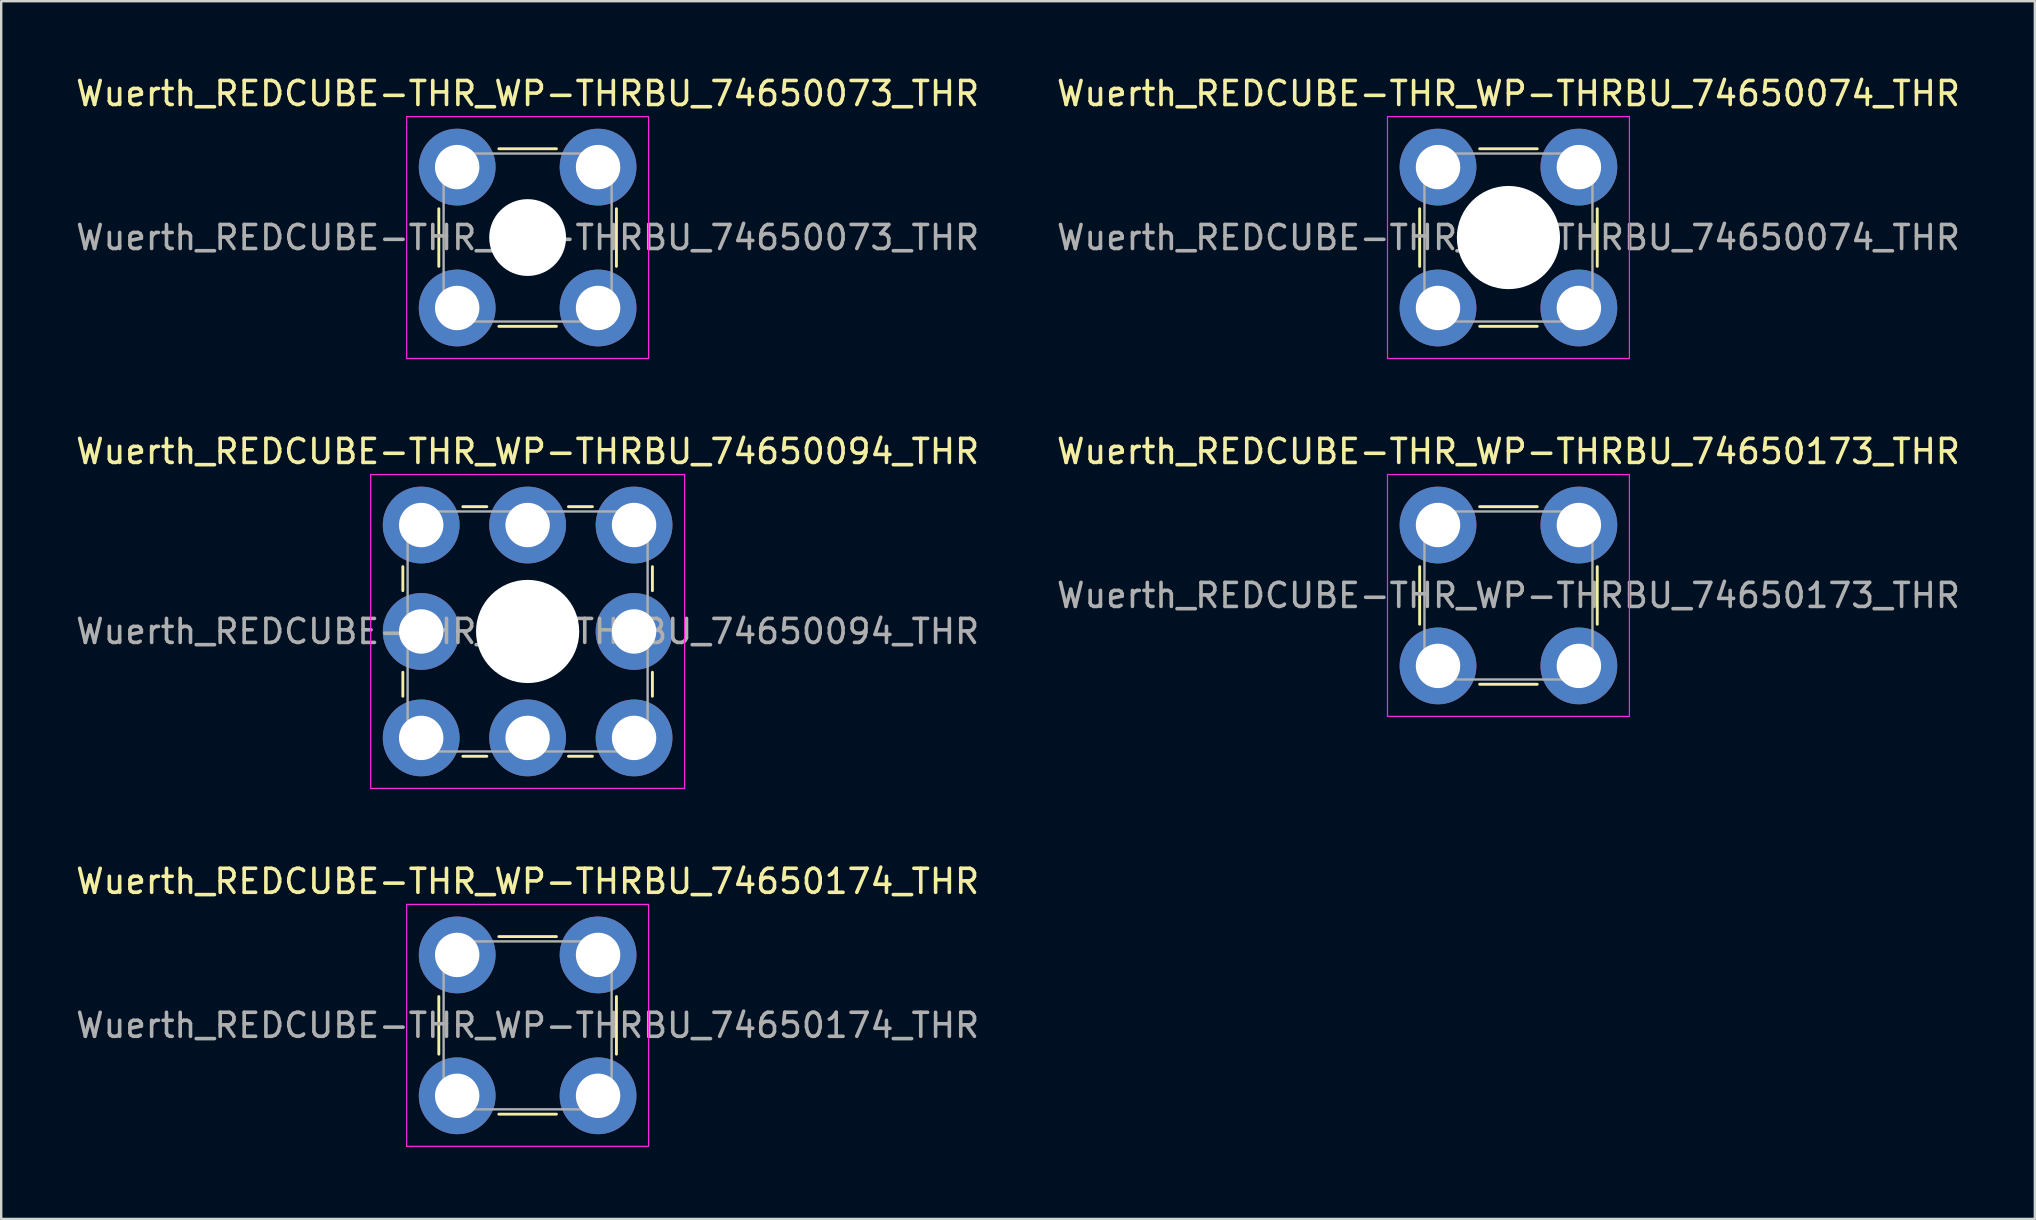
<source format=kicad_pcb>
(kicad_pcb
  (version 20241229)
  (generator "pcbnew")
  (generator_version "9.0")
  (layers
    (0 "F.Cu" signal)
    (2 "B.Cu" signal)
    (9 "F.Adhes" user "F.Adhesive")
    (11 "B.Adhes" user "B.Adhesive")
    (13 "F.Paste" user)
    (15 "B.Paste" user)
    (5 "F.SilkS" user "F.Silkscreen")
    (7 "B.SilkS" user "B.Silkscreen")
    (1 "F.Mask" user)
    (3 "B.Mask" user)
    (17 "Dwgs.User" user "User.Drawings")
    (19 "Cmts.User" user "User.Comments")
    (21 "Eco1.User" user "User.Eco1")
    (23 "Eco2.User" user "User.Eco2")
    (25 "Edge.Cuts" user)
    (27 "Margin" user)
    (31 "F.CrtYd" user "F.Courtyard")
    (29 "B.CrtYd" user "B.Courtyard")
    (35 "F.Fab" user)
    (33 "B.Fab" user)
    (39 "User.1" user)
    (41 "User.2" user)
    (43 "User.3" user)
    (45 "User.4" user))
  (footprint "Wuerth_REDCUBE-THR_WP-THRBU_74650094_THR"
    (layer "F.Cu")
    (at 18.935 23.262)
    (property "Reference" "Wuerth_REDCUBE-THR_WP-THRBU_74650094_THR" (at 0 -7.5 0) (layer "F.SilkS") (effects (font (size 1 1) (thickness 0.15))))
    (attr smd)
    (fp_line (start -5.2 -2.7) (end -5.2 -1.7) (stroke (width 0.12) (type solid)) (layer "F.SilkS"))
    (fp_line (start -5.2 1.7) (end -5.2 2.7) (stroke (width 0.12) (type solid)) (layer "F.SilkS"))
    (fp_line (start -2.7 -5.2) (end -1.7 -5.2) (stroke (width 0.12) (type solid)) (layer "F.SilkS"))
    (fp_line (start -2.7 5.2) (end -1.7 5.2) (stroke (width 0.12) (type solid)) (layer "F.SilkS"))
    (fp_line (start 1.7 -5.2) (end 2.7 -5.2) (stroke (width 0.12) (type solid)) (layer "F.SilkS"))
    (fp_line (start 1.7 5.2) (end 2.7 5.2) (stroke (width 0.12) (type solid)) (layer "F.SilkS"))
    (fp_line (start 5.2 -1.7) (end 5.2 -2.7) (stroke (width 0.12) (type solid)) (layer "F.SilkS"))
    (fp_line (start 5.2 2.7) (end 5.2 1.7) (stroke (width 0.12) (type solid)) (layer "F.SilkS"))
    (fp_line (start -6.54 -6.54) (end 6.54 -6.54) (stroke (width 0.05) (type solid)) (layer "F.CrtYd"))
    (fp_line (start -6.54 6.54) (end -6.54 -6.54) (stroke (width 0.05) (type solid)) (layer "F.CrtYd"))
    (fp_line (start 6.54 -6.54) (end 6.54 6.54) (stroke (width 0.05) (type solid)) (layer "F.CrtYd"))
    (fp_line (start 6.54 6.54) (end -6.54 6.54) (stroke (width 0.05) (type solid)) (layer "F.CrtYd"))
    (fp_line (start -5 -5) (end 5 -5) (stroke (width 0.1) (type solid)) (layer "F.Fab"))
    (fp_line (start -5 5) (end -5 -5) (stroke (width 0.1) (type solid)) (layer "F.Fab"))
    (fp_line (start 5 -5) (end 5 5) (stroke (width 0.1) (type solid)) (layer "F.Fab"))
    (fp_line (start 5 5) (end -5 5) (stroke (width 0.1) (type solid)) (layer "F.Fab"))
    (fp_text user "${REFERENCE}" (at 0 0 0) (layer "F.Fab") (effects (font (size 1 1) (thickness 0.15))))
    (pad "" smd circle (at -4.435 -4.435) (size 3.1 3.1) (layers "F.Paste"))
    (pad "" smd circle (at -4.435 0) (size 3.1 3.1) (layers "F.Paste"))
    (pad "" smd circle (at -4.435 4.435) (size 3.1 3.1) (layers "F.Paste"))
    (pad "" smd circle (at 0 -4.435) (size 3.1 3.1) (layers "F.Paste"))
    (pad "" np_thru_hole circle (at 0 0) (size 4.3 4.3) (drill 4.3) (layers "*.Cu" "*.Mask"))
    (pad "" smd circle (at 0 4.435) (size 3.1 3.1) (layers "F.Paste"))
    (pad "" smd circle (at 4.435 -4.435) (size 3.1 3.1) (layers "F.Paste"))
    (pad "" smd circle (at 4.435 0) (size 3.1 3.1) (layers "F.Paste"))
    (pad "" smd circle (at 4.435 4.435) (size 3.1 3.1) (layers "F.Paste"))
    (pad "1" thru_hole circle (at -4.435 -4.435) (size 3.2 3.2) (drill 1.85) (layers "*.Cu" "*.Mask"))
    (pad "1" thru_hole circle (at -4.435 0) (size 3.2 3.2) (drill 1.85) (layers "*.Cu" "*.Mask"))
    (pad "1" thru_hole circle (at -4.435 4.435) (size 3.2 3.2) (drill 1.85) (layers "*.Cu" "*.Mask"))
    (pad "1" thru_hole circle (at 0 -4.435) (size 3.2 3.2) (drill 1.85) (layers "*.Cu" "*.Mask"))
    (pad "1" thru_hole circle (at 0 4.435) (size 3.2 3.2) (drill 1.85) (layers "*.Cu" "*.Mask"))
    (pad "1" thru_hole circle (at 4.435 -4.435) (size 3.2 3.2) (drill 1.85) (layers "*.Cu" "*.Mask"))
    (pad "1" thru_hole circle (at 4.435 0) (size 3.2 3.2) (drill 1.85) (layers "*.Cu" "*.Mask"))
    (pad "1" thru_hole circle (at 4.435 4.435) (size 3.2 3.2) (drill 1.85) (layers "*.Cu" "*.Mask")))
  (footprint "Wuerth_REDCUBE-THR_WP-THRBU_74650074_THR"
    (layer "F.Cu")
    (at 59.804 6.848)
    (property "Reference" "Wuerth_REDCUBE-THR_WP-THRBU_74650074_THR" (at 0 -6 0) (layer "F.SilkS") (effects (font (size 1 1) (thickness 0.15))))
    (attr smd)
    (fp_line (start -3.7 1.2) (end -3.7 -1.2) (stroke (width 0.12) (type solid)) (layer "F.SilkS"))
    (fp_line (start -1.2 -3.7) (end 1.2 -3.7) (stroke (width 0.12) (type solid)) (layer "F.SilkS"))
    (fp_line (start 1.2 3.7) (end -1.2 3.7) (stroke (width 0.12) (type solid)) (layer "F.SilkS"))
    (fp_line (start 3.7 -1.2) (end 3.7 1.2) (stroke (width 0.12) (type solid)) (layer "F.SilkS"))
    (fp_line (start -5.04 -5.04) (end 5.04 -5.04) (stroke (width 0.05) (type solid)) (layer "F.CrtYd"))
    (fp_line (start -5.04 5.04) (end -5.04 -5.04) (stroke (width 0.05) (type solid)) (layer "F.CrtYd"))
    (fp_line (start 5.04 -5.04) (end 5.04 5.04) (stroke (width 0.05) (type solid)) (layer "F.CrtYd"))
    (fp_line (start 5.04 5.04) (end -5.04 5.04) (stroke (width 0.05) (type solid)) (layer "F.CrtYd"))
    (fp_line (start -3.5 -3.5) (end 3.5 -3.5) (stroke (width 0.1) (type solid)) (layer "F.Fab"))
    (fp_line (start -3.5 3.5) (end -3.5 -3.5) (stroke (width 0.1) (type solid)) (layer "F.Fab"))
    (fp_line (start 3.5 -3.5) (end 3.5 3.5) (stroke (width 0.1) (type solid)) (layer "F.Fab"))
    (fp_line (start 3.5 3.5) (end -3.5 3.5) (stroke (width 0.1) (type solid)) (layer "F.Fab"))
    (fp_text user "${REFERENCE}" (at 0 0 0) (layer "F.Fab") (effects (font (size 1 1) (thickness 0.15))))
    (pad "" smd circle (at -2.935 -2.935) (size 3.1 3.1) (layers "F.Paste"))
    (pad "" smd circle (at -2.935 2.935) (size 3.1 3.1) (layers "F.Paste"))
    (pad "" np_thru_hole circle (at 0 0) (size 4.3 4.3) (drill 4.3) (layers "*.Cu" "*.Mask"))
    (pad "" smd circle (at 2.935 -2.935) (size 3.1 3.1) (layers "F.Paste"))
    (pad "" smd circle (at 2.935 2.935) (size 3.1 3.1) (layers "F.Paste"))
    (pad "1" thru_hole circle (at -2.935 -2.935) (size 3.2 3.2) (drill 1.85) (layers "*.Cu" "*.Mask"))
    (pad "1" thru_hole circle (at -2.935 2.935) (size 3.2 3.2) (drill 1.85) (layers "*.Cu" "*.Mask"))
    (pad "1" thru_hole circle (at 2.935 -2.935) (size 3.2 3.2) (drill 1.85) (layers "*.Cu" "*.Mask"))
    (pad "1" thru_hole circle (at 2.935 2.935) (size 3.2 3.2) (drill 1.85) (layers "*.Cu" "*.Mask")))
  (footprint "Wuerth_REDCUBE-THR_WP-THRBU_74650073_THR"
    (layer "F.Cu")
    (at 18.935 6.848)
    (property "Reference" "Wuerth_REDCUBE-THR_WP-THRBU_74650073_THR" (at 0 -6 0) (layer "F.SilkS") (effects (font (size 1 1) (thickness 0.15))))
    (attr smd)
    (fp_line (start -3.7 1.2) (end -3.7 -1.2) (stroke (width 0.12) (type solid)) (layer "F.SilkS"))
    (fp_line (start -1.2 -3.7) (end 1.2 -3.7) (stroke (width 0.12) (type solid)) (layer "F.SilkS"))
    (fp_line (start 1.2 3.7) (end -1.2 3.7) (stroke (width 0.12) (type solid)) (layer "F.SilkS"))
    (fp_line (start 3.7 -1.2) (end 3.7 1.2) (stroke (width 0.12) (type solid)) (layer "F.SilkS"))
    (fp_line (start -5.04 -5.04) (end 5.04 -5.04) (stroke (width 0.05) (type solid)) (layer "F.CrtYd"))
    (fp_line (start -5.04 5.04) (end -5.04 -5.04) (stroke (width 0.05) (type solid)) (layer "F.CrtYd"))
    (fp_line (start 5.04 -5.04) (end 5.04 5.04) (stroke (width 0.05) (type solid)) (layer "F.CrtYd"))
    (fp_line (start 5.04 5.04) (end -5.04 5.04) (stroke (width 0.05) (type solid)) (layer "F.CrtYd"))
    (fp_line (start -3.5 -3.5) (end 3.5 -3.5) (stroke (width 0.1) (type solid)) (layer "F.Fab"))
    (fp_line (start -3.5 3.5) (end -3.5 -3.5) (stroke (width 0.1) (type solid)) (layer "F.Fab"))
    (fp_line (start 3.5 -3.5) (end 3.5 3.5) (stroke (width 0.1) (type solid)) (layer "F.Fab"))
    (fp_line (start 3.5 3.5) (end -3.5 3.5) (stroke (width 0.1) (type solid)) (layer "F.Fab"))
    (fp_text user "${REFERENCE}" (at 0 0 0) (layer "F.Fab") (effects (font (size 1 1) (thickness 0.15))))
    (pad "" smd circle (at -2.935 -2.935) (size 3.1 3.1) (layers "F.Paste"))
    (pad "" smd circle (at -2.935 2.935) (size 3.1 3.1) (layers "F.Paste"))
    (pad "" np_thru_hole circle (at 0 0) (size 3.2 3.2) (drill 3.2) (layers "*.Cu" "*.Mask"))
    (pad "" smd circle (at 2.935 -2.935) (size 3.1 3.1) (layers "F.Paste"))
    (pad "" smd circle (at 2.935 2.935) (size 3.1 3.1) (layers "F.Paste"))
    (pad "1" thru_hole circle (at -2.935 -2.935) (size 3.2 3.2) (drill 1.85) (layers "*.Cu" "*.Mask"))
    (pad "1" thru_hole circle (at -2.935 2.935) (size 3.2 3.2) (drill 1.85) (layers "*.Cu" "*.Mask"))
    (pad "1" thru_hole circle (at 2.935 -2.935) (size 3.2 3.2) (drill 1.85) (layers "*.Cu" "*.Mask"))
    (pad "1" thru_hole circle (at 2.935 2.935) (size 3.2 3.2) (drill 1.85) (layers "*.Cu" "*.Mask")))
  (footprint "Wuerth_REDCUBE-THR_WP-THRBU_74650173_THR"
    (layer "F.Cu")
    (at 59.804 21.762)
    (property "Reference" "Wuerth_REDCUBE-THR_WP-THRBU_74650173_THR" (at 0 -6 0) (layer "F.SilkS") (effects (font (size 1 1) (thickness 0.15))))
    (attr smd)
    (fp_line (start -3.7 1.2) (end -3.7 -1.2) (stroke (width 0.12) (type solid)) (layer "F.SilkS"))
    (fp_line (start -1.2 -3.7) (end 1.2 -3.7) (stroke (width 0.12) (type solid)) (layer "F.SilkS"))
    (fp_line (start 1.2 3.7) (end -1.2 3.7) (stroke (width 0.12) (type solid)) (layer "F.SilkS"))
    (fp_line (start 3.7 -1.2) (end 3.7 1.2) (stroke (width 0.12) (type solid)) (layer "F.SilkS"))
    (fp_line (start -5.04 -5.04) (end 5.04 -5.04) (stroke (width 0.05) (type solid)) (layer "F.CrtYd"))
    (fp_line (start -5.04 5.04) (end -5.04 -5.04) (stroke (width 0.05) (type solid)) (layer "F.CrtYd"))
    (fp_line (start 5.04 -5.04) (end 5.04 5.04) (stroke (width 0.05) (type solid)) (layer "F.CrtYd"))
    (fp_line (start 5.04 5.04) (end -5.04 5.04) (stroke (width 0.05) (type solid)) (layer "F.CrtYd"))
    (fp_line (start -3.5 -3.5) (end 3.5 -3.5) (stroke (width 0.1) (type solid)) (layer "F.Fab"))
    (fp_line (start -3.5 3.5) (end -3.5 -3.5) (stroke (width 0.1) (type solid)) (layer "F.Fab"))
    (fp_line (start 3.5 -3.5) (end 3.5 3.5) (stroke (width 0.1) (type solid)) (layer "F.Fab"))
    (fp_line (start 3.5 3.5) (end -3.5 3.5) (stroke (width 0.1) (type solid)) (layer "F.Fab"))
    (fp_text user "${REFERENCE}" (at 0 0 0) (layer "F.Fab") (effects (font (size 1 1) (thickness 0.15))))
    (pad "" smd circle (at -2.935 -2.935) (size 3.1 3.1) (layers "F.Paste"))
    (pad "" smd circle (at -2.935 2.935) (size 3.1 3.1) (layers "F.Paste"))
    (pad "" smd circle (at 2.935 -2.935) (size 3.1 3.1) (layers "F.Paste"))
    (pad "" smd circle (at 2.935 2.935) (size 3.1 3.1) (layers "F.Paste"))
    (pad "1" thru_hole circle (at -2.935 -2.935) (size 3.2 3.2) (drill 1.85) (layers "*.Cu" "*.Mask"))
    (pad "1" thru_hole circle (at -2.935 2.935) (size 3.2 3.2) (drill 1.85) (layers "*.Cu" "*.Mask"))
    (pad "1" thru_hole circle (at 2.935 -2.935) (size 3.2 3.2) (drill 1.85) (layers "*.Cu" "*.Mask"))
    (pad "1" thru_hole circle (at 2.935 2.935) (size 3.2 3.2) (drill 1.85) (layers "*.Cu" "*.Mask")))
  (footprint "Wuerth_REDCUBE-THR_WP-THRBU_74650174_THR"
    (layer "F.Cu")
    (at 18.935 39.675)
    (property "Reference" "Wuerth_REDCUBE-THR_WP-THRBU_74650174_THR" (at 0 -6 0) (layer "F.SilkS") (effects (font (size 1 1) (thickness 0.15))))
    (attr smd)
    (fp_line (start -3.7 1.2) (end -3.7 -1.2) (stroke (width 0.12) (type solid)) (layer "F.SilkS"))
    (fp_line (start -1.2 -3.7) (end 1.2 -3.7) (stroke (width 0.12) (type solid)) (layer "F.SilkS"))
    (fp_line (start 1.2 3.7) (end -1.2 3.7) (stroke (width 0.12) (type solid)) (layer "F.SilkS"))
    (fp_line (start 3.7 -1.2) (end 3.7 1.2) (stroke (width 0.12) (type solid)) (layer "F.SilkS"))
    (fp_line (start -5.04 -5.04) (end 5.04 -5.04) (stroke (width 0.05) (type solid)) (layer "F.CrtYd"))
    (fp_line (start -5.04 5.04) (end -5.04 -5.04) (stroke (width 0.05) (type solid)) (layer "F.CrtYd"))
    (fp_line (start 5.04 -5.04) (end 5.04 5.04) (stroke (width 0.05) (type solid)) (layer "F.CrtYd"))
    (fp_line (start 5.04 5.04) (end -5.04 5.04) (stroke (width 0.05) (type solid)) (layer "F.CrtYd"))
    (fp_line (start -3.5 -3.5) (end 3.5 -3.5) (stroke (width 0.1) (type solid)) (layer "F.Fab"))
    (fp_line (start -3.5 3.5) (end -3.5 -3.5) (stroke (width 0.1) (type solid)) (layer "F.Fab"))
    (fp_line (start 3.5 -3.5) (end 3.5 3.5) (stroke (width 0.1) (type solid)) (layer "F.Fab"))
    (fp_line (start 3.5 3.5) (end -3.5 3.5) (stroke (width 0.1) (type solid)) (layer "F.Fab"))
    (fp_text user "${REFERENCE}" (at 0 0 0) (layer "F.Fab") (effects (font (size 1 1) (thickness 0.15))))
    (pad "" smd circle (at -2.935 -2.935) (size 3.1 3.1) (layers "F.Paste"))
    (pad "" smd circle (at -2.935 2.935) (size 3.1 3.1) (layers "F.Paste"))
    (pad "" smd circle (at 2.935 -2.935) (size 3.1 3.1) (layers "F.Paste"))
    (pad "" smd circle (at 2.935 2.935) (size 3.1 3.1) (layers "F.Paste"))
    (pad "1" thru_hole circle (at -2.935 -2.935) (size 3.2 3.2) (drill 1.85) (layers "*.Cu" "*.Mask"))
    (pad "1" thru_hole circle (at -2.935 2.935) (size 3.2 3.2) (drill 1.85) (layers "*.Cu" "*.Mask"))
    (pad "1" thru_hole circle (at 2.935 -2.935) (size 3.2 3.2) (drill 1.85) (layers "*.Cu" "*.Mask"))
    (pad "1" thru_hole circle (at 2.935 2.935) (size 3.2 3.2) (drill 1.85) (layers "*.Cu" "*.Mask")))
  (gr_rect
    (start -3 -3)
    (end 81.738 47.74)
    (stroke (width 0.1) (type default))
    (fill no)
    (layer "Edge.Cuts")))
</source>
